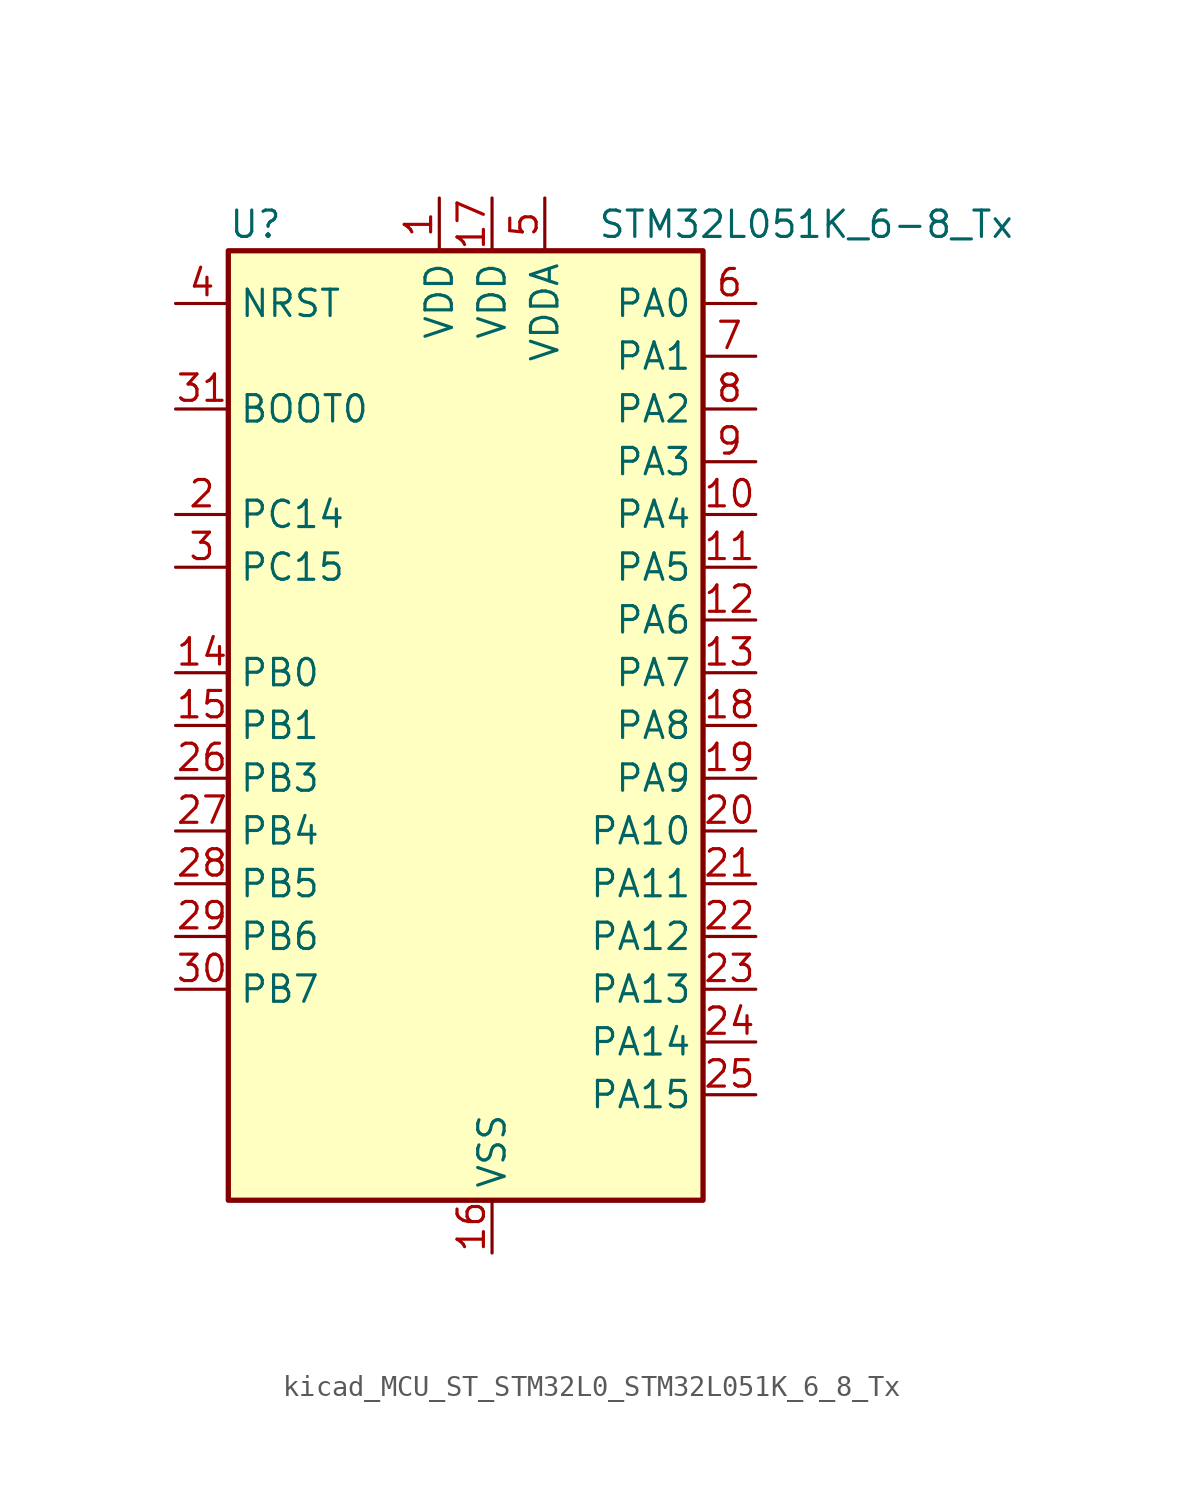
<source format=kicad_sym>
(kicad_symbol_lib
  (version 20220914)
  (generator kicad_symbol_editor)
  (symbol "kicad_MCU_ST_STM32L0_STM32L051K_6_8_Tx"
    (property "Reference" "U"
      (at -10.16 24.13 0)
      (effects (font (size 1.27 1.27)) (justify left)))
    (property "Value" "STM32L051K_6-8_Tx"
      (at 7.62 24.13 0)
      (effects (font (size 1.27 1.27)) (justify left)))
    (property "ki_locked" ""
      (at 0 0 0)
      (effects (font (size 1.27 1.27))))
    (symbol "kicad_MCU_ST_STM32L0_STM32L051K_6_8_Tx_0_1"
      (rectangle (start -10.16 -22.86) (end 12.7 22.86) (stroke (width 0.254) (type default)) (fill (type background))))
    (symbol "kicad_MCU_ST_STM32L0_STM32L051K_6_8_Tx_1_1"
      (pin power_in line (at 0 25.4 270) (length 2.54) (name "VDD" (effects (font (size 1.27 1.27)))) (number "1" (effects (font (size 1.27 1.27)))))
      (pin bidirectional line (at 15.24 10.16 180) (length 2.54) (name "PA4" (effects (font (size 1.27 1.27)))) (number "10" (effects (font (size 1.27 1.27)))) (alternate "ADC_IN4" bidirectional line) (alternate "COMP1_INM" bidirectional line) (alternate "COMP2_INM" bidirectional line) (alternate "SPI1_NSS" bidirectional line) (alternate "TIM22_ETR" bidirectional line) (alternate "USART2_CK" bidirectional line))
      (pin bidirectional line (at 15.24 7.62 180) (length 2.54) (name "PA5" (effects (font (size 1.27 1.27)))) (number "11" (effects (font (size 1.27 1.27)))) (alternate "ADC_IN5" bidirectional line) (alternate "COMP1_INM" bidirectional line) (alternate "COMP2_INM" bidirectional line) (alternate "SPI1_SCK" bidirectional line) (alternate "TIM2_CH1" bidirectional line) (alternate "TIM2_ETR" bidirectional line))
      (pin bidirectional line (at 15.24 5.08 180) (length 2.54) (name "PA6" (effects (font (size 1.27 1.27)))) (number "12" (effects (font (size 1.27 1.27)))) (alternate "ADC_IN6" bidirectional line) (alternate "COMP1_OUT" bidirectional line) (alternate "SPI1_MISO" bidirectional line) (alternate "TIM22_CH1" bidirectional line))
      (pin bidirectional line (at 15.24 2.54 180) (length 2.54) (name "PA7" (effects (font (size 1.27 1.27)))) (number "13" (effects (font (size 1.27 1.27)))) (alternate "ADC_IN7" bidirectional line) (alternate "COMP2_OUT" bidirectional line) (alternate "SPI1_MOSI" bidirectional line) (alternate "TIM22_CH2" bidirectional line))
      (pin bidirectional line (at -12.7 2.54 0) (length 2.54) (name "PB0" (effects (font (size 1.27 1.27)))) (number "14" (effects (font (size 1.27 1.27)))) (alternate "ADC_IN8" bidirectional line) (alternate "SYS_VREF_OUT_PB0" bidirectional line))
      (pin bidirectional line (at -12.7 0 0) (length 2.54) (name "PB1" (effects (font (size 1.27 1.27)))) (number "15" (effects (font (size 1.27 1.27)))) (alternate "ADC_IN9" bidirectional line) (alternate "SYS_VREF_OUT_PB1" bidirectional line))
      (pin power_in line (at 2.54 -25.4 90) (length 2.54) (name "VSS" (effects (font (size 1.27 1.27)))) (number "16" (effects (font (size 1.27 1.27)))))
      (pin power_in line (at 2.54 25.4 270) (length 2.54) (name "VDD" (effects (font (size 1.27 1.27)))) (number "17" (effects (font (size 1.27 1.27)))))
      (pin bidirectional line (at 15.24 0 180) (length 2.54) (name "PA8" (effects (font (size 1.27 1.27)))) (number "18" (effects (font (size 1.27 1.27)))) (alternate "RCC_MCO" bidirectional line) (alternate "USART1_CK" bidirectional line))
      (pin bidirectional line (at 15.24 -2.54 180) (length 2.54) (name "PA9" (effects (font (size 1.27 1.27)))) (number "19" (effects (font (size 1.27 1.27)))) (alternate "RCC_MCO" bidirectional line) (alternate "USART1_TX" bidirectional line))
      (pin bidirectional line (at -12.7 10.16 0) (length 2.54) (name "PC14" (effects (font (size 1.27 1.27)))) (number "2" (effects (font (size 1.27 1.27)))) (alternate "RCC_OSC32_IN" bidirectional line))
      (pin bidirectional line (at 15.24 -5.08 180) (length 2.54) (name "PA10" (effects (font (size 1.27 1.27)))) (number "20" (effects (font (size 1.27 1.27)))) (alternate "USART1_RX" bidirectional line))
      (pin bidirectional line (at 15.24 -7.62 180) (length 2.54) (name "PA11" (effects (font (size 1.27 1.27)))) (number "21" (effects (font (size 1.27 1.27)))) (alternate "ADC_EXTI11" bidirectional line) (alternate "COMP1_OUT" bidirectional line) (alternate "SPI1_MISO" bidirectional line) (alternate "USART1_CTS" bidirectional line))
      (pin bidirectional line (at 15.24 -10.16 180) (length 2.54) (name "PA12" (effects (font (size 1.27 1.27)))) (number "22" (effects (font (size 1.27 1.27)))) (alternate "COMP2_OUT" bidirectional line) (alternate "SPI1_MOSI" bidirectional line) (alternate "USART1_DE" bidirectional line) (alternate "USART1_RTS" bidirectional line))
      (pin bidirectional line (at 15.24 -12.7 180) (length 2.54) (name "PA13" (effects (font (size 1.27 1.27)))) (number "23" (effects (font (size 1.27 1.27)))) (alternate "SYS_SWDIO" bidirectional line))
      (pin bidirectional line (at 15.24 -15.24 180) (length 2.54) (name "PA14" (effects (font (size 1.27 1.27)))) (number "24" (effects (font (size 1.27 1.27)))) (alternate "SYS_SWCLK" bidirectional line) (alternate "USART2_TX" bidirectional line))
      (pin bidirectional line (at 15.24 -17.78 180) (length 2.54) (name "PA15" (effects (font (size 1.27 1.27)))) (number "25" (effects (font (size 1.27 1.27)))) (alternate "SPI1_NSS" bidirectional line) (alternate "TIM2_CH1" bidirectional line) (alternate "TIM2_ETR" bidirectional line) (alternate "USART2_RX" bidirectional line))
      (pin bidirectional line (at -12.7 -2.54 0) (length 2.54) (name "PB3" (effects (font (size 1.27 1.27)))) (number "26" (effects (font (size 1.27 1.27)))) (alternate "COMP2_INM" bidirectional line) (alternate "SPI1_SCK" bidirectional line) (alternate "TIM2_CH2" bidirectional line))
      (pin bidirectional line (at -12.7 -5.08 0) (length 2.54) (name "PB4" (effects (font (size 1.27 1.27)))) (number "27" (effects (font (size 1.27 1.27)))) (alternate "COMP2_INP" bidirectional line) (alternate "SPI1_MISO" bidirectional line) (alternate "TIM22_CH1" bidirectional line))
      (pin bidirectional line (at -12.7 -7.62 0) (length 2.54) (name "PB5" (effects (font (size 1.27 1.27)))) (number "28" (effects (font (size 1.27 1.27)))) (alternate "COMP2_INP" bidirectional line) (alternate "I2C1_SMBA" bidirectional line) (alternate "LPTIM1_IN1" bidirectional line) (alternate "SPI1_MOSI" bidirectional line) (alternate "TIM22_CH2" bidirectional line))
      (pin bidirectional line (at -12.7 -10.16 0) (length 2.54) (name "PB6" (effects (font (size 1.27 1.27)))) (number "29" (effects (font (size 1.27 1.27)))) (alternate "COMP2_INP" bidirectional line) (alternate "I2C1_SCL" bidirectional line) (alternate "LPTIM1_ETR" bidirectional line) (alternate "USART1_TX" bidirectional line))
      (pin bidirectional line (at -12.7 7.62 0) (length 2.54) (name "PC15" (effects (font (size 1.27 1.27)))) (number "3" (effects (font (size 1.27 1.27)))) (alternate "RCC_OSC32_OUT" bidirectional line))
      (pin bidirectional line (at -12.7 -12.7 0) (length 2.54) (name "PB7" (effects (font (size 1.27 1.27)))) (number "30" (effects (font (size 1.27 1.27)))) (alternate "COMP2_INP" bidirectional line) (alternate "I2C1_SDA" bidirectional line) (alternate "LPTIM1_IN2" bidirectional line) (alternate "SYS_PVD_IN" bidirectional line) (alternate "USART1_RX" bidirectional line))
      (pin input line (at -12.7 15.24 0) (length 2.54) (name "BOOT0" (effects (font (size 1.27 1.27)))) (number "31" (effects (font (size 1.27 1.27)))))
      (pin passive line (at 2.54 -25.4 90) (length 2.54) hide (name "VSS" (effects (font (size 1.27 1.27)))) (number "32" (effects (font (size 1.27 1.27)))))
      (pin input line (at -12.7 20.32 0) (length 2.54) (name "NRST" (effects (font (size 1.27 1.27)))) (number "4" (effects (font (size 1.27 1.27)))))
      (pin power_in line (at 5.08 25.4 270) (length 2.54) (name "VDDA" (effects (font (size 1.27 1.27)))) (number "5" (effects (font (size 1.27 1.27)))))
      (pin bidirectional line (at 15.24 20.32 180) (length 2.54) (name "PA0" (effects (font (size 1.27 1.27)))) (number "6" (effects (font (size 1.27 1.27)))) (alternate "ADC_IN0" bidirectional line) (alternate "COMP1_INM" bidirectional line) (alternate "COMP1_OUT" bidirectional line) (alternate "RTC_TAMP2" bidirectional line) (alternate "SYS_WKUP1" bidirectional line) (alternate "TIM2_CH1" bidirectional line) (alternate "TIM2_ETR" bidirectional line) (alternate "USART2_CTS" bidirectional line))
      (pin bidirectional line (at 15.24 17.78 180) (length 2.54) (name "PA1" (effects (font (size 1.27 1.27)))) (number "7" (effects (font (size 1.27 1.27)))) (alternate "ADC_IN1" bidirectional line) (alternate "COMP1_INP" bidirectional line) (alternate "TIM21_ETR" bidirectional line) (alternate "TIM2_CH2" bidirectional line) (alternate "USART2_DE" bidirectional line) (alternate "USART2_RTS" bidirectional line))
      (pin bidirectional line (at 15.24 15.24 180) (length 2.54) (name "PA2" (effects (font (size 1.27 1.27)))) (number "8" (effects (font (size 1.27 1.27)))) (alternate "ADC_IN2" bidirectional line) (alternate "COMP2_INM" bidirectional line) (alternate "COMP2_OUT" bidirectional line) (alternate "TIM21_CH1" bidirectional line) (alternate "TIM2_CH3" bidirectional line) (alternate "USART2_TX" bidirectional line))
      (pin bidirectional line (at 15.24 12.7 180) (length 2.54) (name "PA3" (effects (font (size 1.27 1.27)))) (number "9" (effects (font (size 1.27 1.27)))) (alternate "ADC_IN3" bidirectional line) (alternate "COMP2_INP" bidirectional line) (alternate "TIM21_CH2" bidirectional line) (alternate "TIM2_CH4" bidirectional line) (alternate "USART2_RX" bidirectional line)))))
</source>
